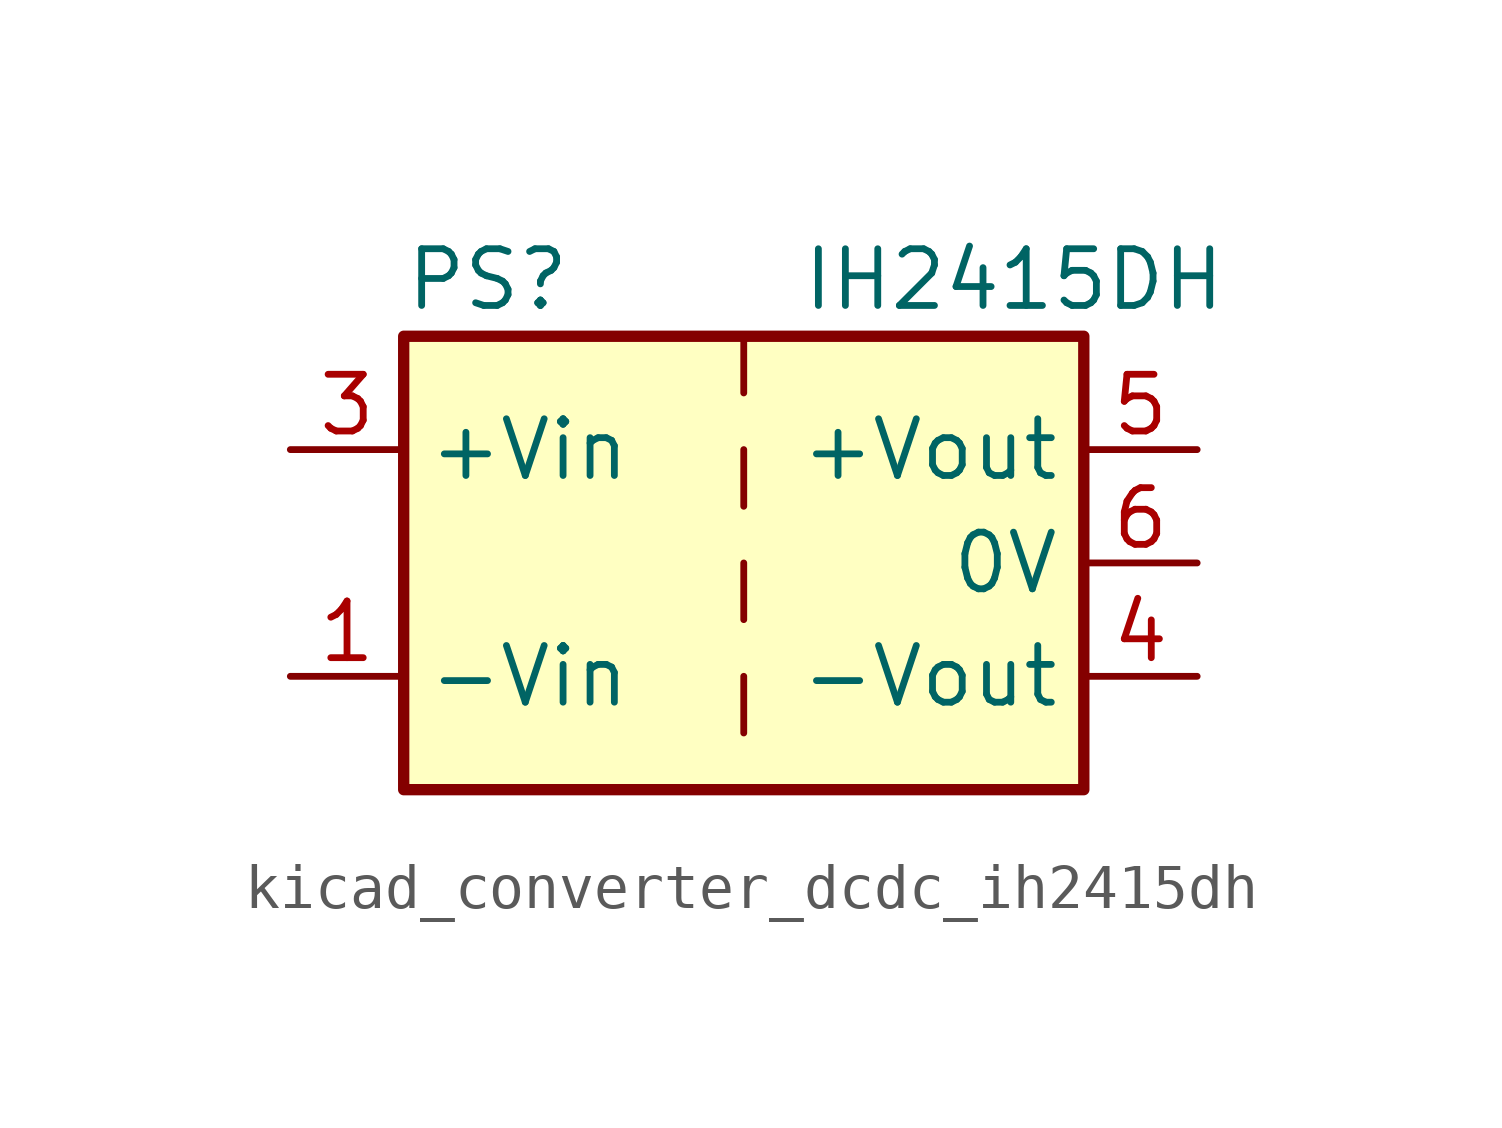
<source format=kicad_sym>
(kicad_symbol_lib
  (version 20220914)
  (generator kicad_symbol_editor)
  (symbol "kicad_converter_dcdc_ih2415dh"
    (property "Reference" "PS"
      (at -7.62 6.35 0)
      (effects (font (size 1.27 1.27)) (justify left)))
    (property "Value" "IH2415DH"
      (at 1.27 6.35 0)
      (effects (font (size 1.27 1.27)) (justify left)))
    (symbol "kicad_converter_dcdc_ih2415dh_0_0"
      (pin power_in line (at -10.16 -2.54 0) (length 2.54) (name "-Vin" (effects (font (size 1.27 1.27)))) (number "1" (effects (font (size 1.27 1.27)))))
      (pin power_in line (at -10.16 2.54 0) (length 2.54) (name "+Vin" (effects (font (size 1.27 1.27)))) (number "3" (effects (font (size 1.27 1.27)))))
      (pin power_out line (at 10.16 -2.54 180) (length 2.54) (name "-Vout" (effects (font (size 1.27 1.27)))) (number "4" (effects (font (size 1.27 1.27)))))
      (pin power_out line (at 10.16 2.54 180) (length 2.54) (name "+Vout" (effects (font (size 1.27 1.27)))) (number "5" (effects (font (size 1.27 1.27)))))
      (pin power_out line (at 10.16 0 180) (length 2.54) (name "0V" (effects (font (size 1.27 1.27)))) (number "6" (effects (font (size 1.27 1.27))))))
    (symbol "kicad_converter_dcdc_ih2415dh_0_1"
      (rectangle (start -7.62 5.08) (end 7.62 -5.08) (stroke (width 0.254) (type default)) (fill (type background)))
      (polyline (pts (xy 0 -2.54) (xy 0 -3.81)) (stroke (width 0) (type default)) (fill (type none)))
      (polyline (pts (xy 0 0) (xy 0 -1.27)) (stroke (width 0) (type default)) (fill (type none)))
      (polyline (pts (xy 0 2.54) (xy 0 1.27)) (stroke (width 0) (type default)) (fill (type none)))
      (polyline (pts (xy 0 5.08) (xy 0 3.81)) (stroke (width 0) (type default)) (fill (type none))))
    (symbol "kicad_converter_dcdc_ih2415dh_1_1"
      (pin no_connect line (at 0 -5.08 90) (length 2.54) hide (name "NC" (effects (font (size 1.27 1.27)))) (number "2" (effects (font (size 1.27 1.27))))))))
</source>
